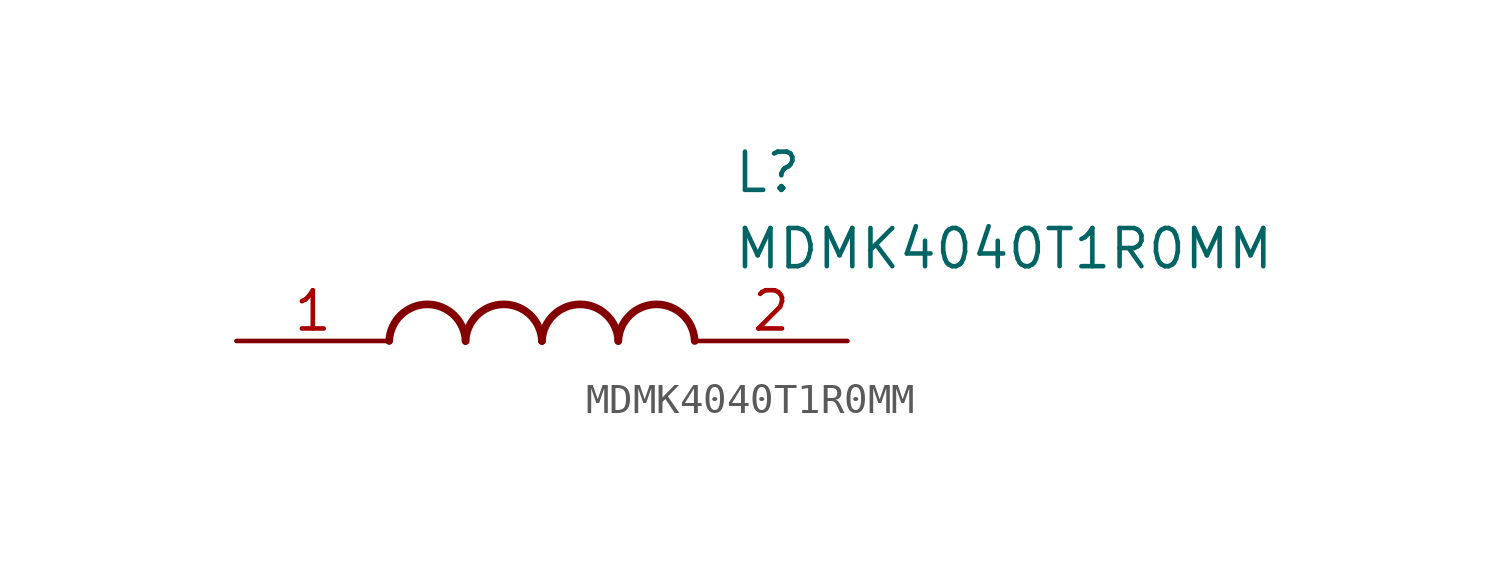
<source format=kicad_sym>
(kicad_symbol_lib
  (version 20211014)
  (generator SamacSys_ECAD_Model)
  (symbol "MDMK4040T1R0MM"
    (pin_names hide)
    (property "Reference" "L"
      (at 16.51 6.35 0)
      (effects (font (size 1.27 1.27)) (justify left top)))
    (property "Value" "MDMK4040T1R0MM"
      (at 16.51 3.81 0)
      (effects (font (size 1.27 1.27)) (justify left top)))
    (arc
      (start 7.62 0)
      (mid 6.35 1.219)
      (end 5.08 0)
      (stroke (width 0.254) (type default))
      (fill (type none)))
    (arc
      (start 10.16 0)
      (mid 8.89 1.219)
      (end 7.62 0)
      (stroke (width 0.254) (type default))
      (fill (type none)))
    (arc
      (start 12.7 0)
      (mid 11.43 1.219)
      (end 10.16 0)
      (stroke (width 0.254) (type default))
      (fill (type none)))
    (arc
      (start 15.24 0)
      (mid 13.97 1.219)
      (end 12.7 0)
      (stroke (width 0.254) (type default))
      (fill (type none)))
    (pin passive line
      (at 0 0 0)
      (length 5.08)
      (name "1" (effects (font (size 1.27 1.27))))
      (number "1" (effects (font (size 1.27 1.27)))))
    (pin passive line
      (at 20.32 0 180)
      (length 5.08)
      (name "2" (effects (font (size 1.27 1.27))))
      (number "2" (effects (font (size 1.27 1.27)))))))
</source>
